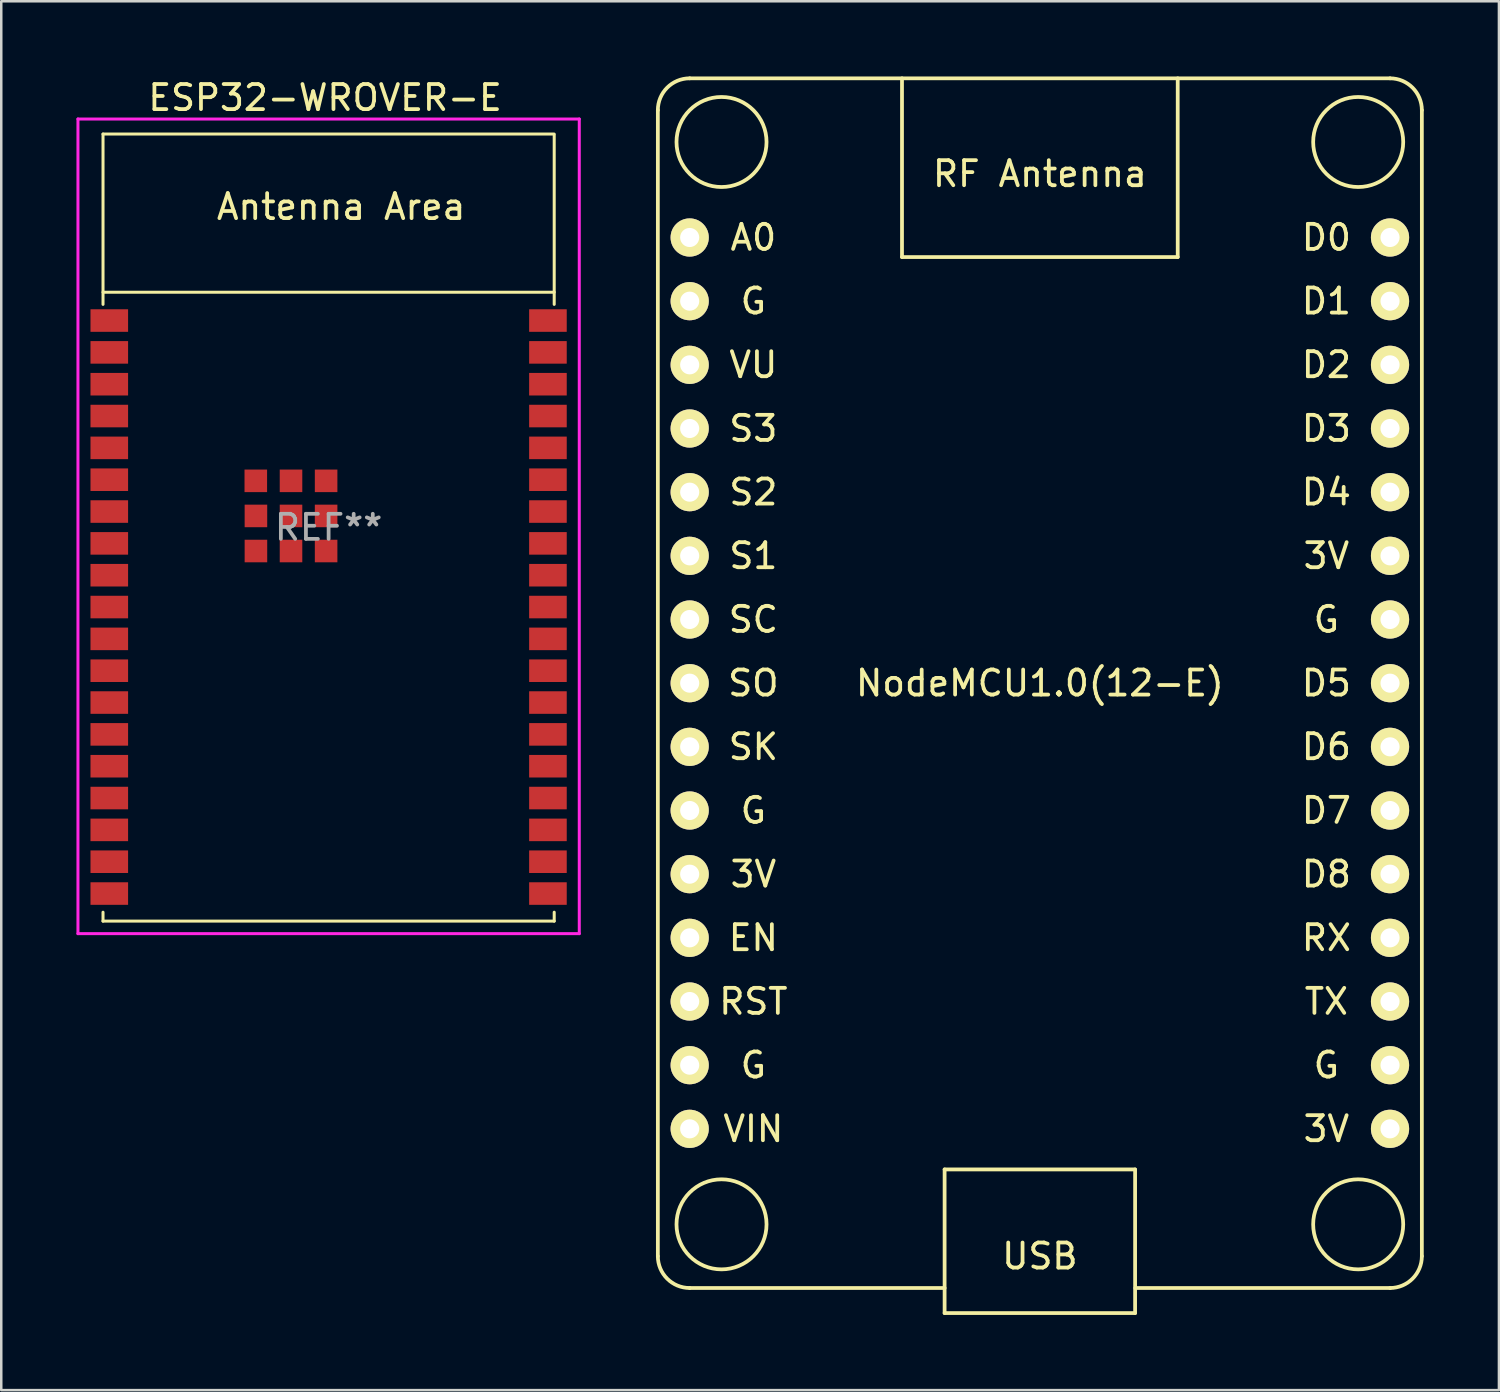
<source format=kicad_pcb>
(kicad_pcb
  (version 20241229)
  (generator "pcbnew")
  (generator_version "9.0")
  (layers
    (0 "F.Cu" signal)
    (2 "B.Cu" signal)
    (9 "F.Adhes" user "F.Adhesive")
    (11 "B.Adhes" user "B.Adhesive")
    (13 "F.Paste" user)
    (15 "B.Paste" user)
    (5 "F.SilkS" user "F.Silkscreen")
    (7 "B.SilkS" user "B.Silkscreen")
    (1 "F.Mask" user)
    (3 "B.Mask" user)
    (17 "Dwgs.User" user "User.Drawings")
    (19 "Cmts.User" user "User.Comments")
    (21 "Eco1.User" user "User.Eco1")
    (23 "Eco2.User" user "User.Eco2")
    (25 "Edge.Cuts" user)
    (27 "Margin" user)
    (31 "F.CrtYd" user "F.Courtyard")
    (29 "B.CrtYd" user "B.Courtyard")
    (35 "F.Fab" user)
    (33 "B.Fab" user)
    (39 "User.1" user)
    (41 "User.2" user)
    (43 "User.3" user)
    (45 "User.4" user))
  (footprint "NodeMCU1.0(12-E)"
    (layer "F.Cu")
    (at 24.465 6.425)
    (property "Reference" "NodeMCU1.0(12-E)" (at 13.97 17.78 0) (layer "F.SilkS") (effects (font (size 1 1) (thickness 0.15))))
    (attr through_hole)
    (fp_line (start -1.27 -5.08) (end -1.27 40.64) (stroke (width 0.15) (type solid)) (layer "F.SilkS"))
    (fp_line (start 8.47 0.78) (end 8.47 -6.35) (stroke (width 0.15) (type solid)) (layer "F.SilkS"))
    (fp_line (start 10.17 37.18) (end 17.77 37.18) (stroke (width 0.15) (type solid)) (layer "F.SilkS"))
    (fp_line (start 10.17 41.91) (end 0 41.91) (stroke (width 0.15) (type solid)) (layer "F.SilkS"))
    (fp_line (start 10.17 42.91) (end 10.17 37.18) (stroke (width 0.15) (type solid)) (layer "F.SilkS"))
    (fp_line (start 17.77 37.18) (end 17.77 42.91) (stroke (width 0.15) (type solid)) (layer "F.SilkS"))
    (fp_line (start 17.77 42.91) (end 10.17 42.91) (stroke (width 0.15) (type solid)) (layer "F.SilkS"))
    (fp_line (start 19.47 -6.35) (end 19.47 0.78) (stroke (width 0.15) (type solid)) (layer "F.SilkS"))
    (fp_line (start 19.47 0.78) (end 8.47 0.78) (stroke (width 0.15) (type solid)) (layer "F.SilkS"))
    (fp_line (start 27.94 -6.35) (end 0 -6.35) (stroke (width 0.15) (type solid)) (layer "F.SilkS"))
    (fp_line (start 27.95 41.91) (end 17.78 41.91) (stroke (width 0.15) (type solid)) (layer "F.SilkS"))
    (fp_line (start 29.21 -5.08) (end 29.21 40.64) (stroke (width 0.15) (type solid)) (layer "F.SilkS"))
    (fp_arc (start -1.27 -5.08) (mid -0.898026 -5.978026) (end 0 -6.35) (stroke (width 0.15) (type solid)) (layer "F.SilkS"))
    (fp_arc (start 0 41.91) (mid -0.898026 41.538026) (end -1.27 40.64) (stroke (width 0.15) (type solid)) (layer "F.SilkS"))
    (fp_arc (start 27.94 -6.35) (mid 28.838026 -5.978026) (end 29.21 -5.08) (stroke (width 0.15) (type solid)) (layer "F.SilkS"))
    (fp_arc (start 29.21 40.64) (mid 28.838026 41.538026) (end 27.94 41.91) (stroke (width 0.15) (type solid)) (layer "F.SilkS"))
    (fp_circle (center 1.27 -3.81) (end 2.54 -5.08) (stroke (width 0.15) (type solid)) (fill no) (layer "F.SilkS"))
    (fp_circle (center 1.27 39.37) (end 2.54 38.1) (stroke (width 0.15) (type solid)) (fill no) (layer "F.SilkS"))
    (fp_circle (center 26.67 -3.81) (end 27.94 -5.08) (stroke (width 0.15) (type solid)) (fill no) (layer "F.SilkS"))
    (fp_circle (center 26.67 39.37) (end 27.94 38.1) (stroke (width 0.15) (type solid)) (fill no) (layer "F.SilkS"))
    (fp_text user "G" (at 2.54 33.02 0) (layer "F.SilkS") (effects (font (size 1 1) (thickness 0.15))))
    (fp_text user "RF Antenna" (at 13.97 -2.54 0) (layer "F.SilkS") (effects (font (size 1 1) (thickness 0.15))))
    (fp_text user "G" (at 25.4 15.24 0) (layer "F.SilkS") (effects (font (size 1 1) (thickness 0.15))))
    (fp_text user "USB" (at 13.97 40.64 0) (layer "F.SilkS") (effects (font (size 1 1) (thickness 0.15))))
    (fp_text user "3V" (at 25.4 12.7 0) (layer "F.SilkS") (effects (font (size 1 1) (thickness 0.15))))
    (fp_text user "G" (at 25.4 33.02 0) (layer "F.SilkS") (effects (font (size 1 1) (thickness 0.15))))
    (fp_text user "3V" (at 25.4 35.56 0) (layer "F.SilkS") (effects (font (size 1 1) (thickness 0.15))))
    (fp_text user "D0" (at 25.4 0 0) (layer "F.SilkS") (effects (font (size 1 1) (thickness 0.15))))
    (fp_text user "S2" (at 2.54 10.16 0) (layer "F.SilkS") (effects (font (size 1 1) (thickness 0.15))))
    (fp_text user "D7" (at 25.4 22.86 0) (layer "F.SilkS") (effects (font (size 1 1) (thickness 0.15))))
    (fp_text user "TX" (at 25.4 30.48 0) (layer "F.SilkS") (effects (font (size 1 1) (thickness 0.15))))
    (fp_text user "G" (at 2.54 22.86 0) (layer "F.SilkS") (effects (font (size 1 1) (thickness 0.15))))
    (fp_text user "RX" (at 25.4 27.94 0) (layer "F.SilkS") (effects (font (size 1 1) (thickness 0.15))))
    (fp_text user "SO" (at 2.54 17.78 0) (layer "F.SilkS") (effects (font (size 1 1) (thickness 0.15))))
    (fp_text user "S3" (at 2.54 7.62 0) (layer "F.SilkS") (effects (font (size 1 1) (thickness 0.15))))
    (fp_text user "S1" (at 2.54 12.7 0) (layer "F.SilkS") (effects (font (size 1 1) (thickness 0.15))))
    (fp_text user "G" (at 2.54 2.54 0) (layer "F.SilkS") (effects (font (size 1 1) (thickness 0.15))))
    (fp_text user "VIN" (at 2.54 35.56 0) (layer "F.SilkS") (effects (font (size 1 1) (thickness 0.15))))
    (fp_text user "D3" (at 25.4 7.62 0) (layer "F.SilkS") (effects (font (size 1 1) (thickness 0.15))))
    (fp_text user "3V" (at 2.54 25.4 0) (layer "F.SilkS") (effects (font (size 1 1) (thickness 0.15))))
    (fp_text user "A0" (at 2.54 0 0) (layer "F.SilkS") (effects (font (size 1 1) (thickness 0.15))))
    (fp_text user "D4" (at 25.4 10.16 0) (layer "F.SilkS") (effects (font (size 1 1) (thickness 0.15))))
    (fp_text user "D5" (at 25.4 17.78 0) (layer "F.SilkS") (effects (font (size 1 1) (thickness 0.15))))
    (fp_text user "D8" (at 25.4 25.4 0) (layer "F.SilkS") (effects (font (size 1 1) (thickness 0.15))))
    (fp_text user "D6" (at 25.4 20.32 0) (layer "F.SilkS") (effects (font (size 1 1) (thickness 0.15))))
    (fp_text user "SC" (at 2.54 15.24 0) (layer "F.SilkS") (effects (font (size 1 1) (thickness 0.15))))
    (fp_text user "RST" (at 2.54 30.48 0) (layer "F.SilkS") (effects (font (size 1 1) (thickness 0.15))))
    (fp_text user "SK" (at 2.54 20.32 0) (layer "F.SilkS") (effects (font (size 1 1) (thickness 0.15))))
    (fp_text user "VU" (at 2.54 5.08 0) (layer "F.SilkS") (effects (font (size 1 1) (thickness 0.15))))
    (fp_text user "D2" (at 25.4 5.08 0) (layer "F.SilkS") (effects (font (size 1 1) (thickness 0.15))))
    (fp_text user "D1" (at 25.4 2.54 0) (layer "F.SilkS") (effects (font (size 1 1) (thickness 0.15))))
    (fp_text user "EN" (at 2.54 27.94 0) (layer "F.SilkS") (effects (font (size 1 1) (thickness 0.15))))
    (pad "1" thru_hole circle (at 0 0) (size 1.524 1.524) (drill 0.762) (layers "*.Cu" "*.Mask" "F.SilkS"))
    (pad "2" thru_hole circle (at 0 2.54) (size 1.524 1.524) (drill 0.762) (layers "*.Cu" "*.Mask" "F.SilkS"))
    (pad "3" thru_hole circle (at 0 5.08) (size 1.524 1.524) (drill 0.762) (layers "*.Cu" "*.Mask" "F.SilkS"))
    (pad "4" thru_hole circle (at 0 7.62) (size 1.524 1.524) (drill 0.762) (layers "*.Cu" "*.Mask" "F.SilkS"))
    (pad "5" thru_hole circle (at 0 10.16) (size 1.524 1.524) (drill 0.762) (layers "*.Cu" "*.Mask" "F.SilkS"))
    (pad "6" thru_hole circle (at 0 12.7) (size 1.524 1.524) (drill 0.762) (layers "*.Cu" "*.Mask" "F.SilkS"))
    (pad "7" thru_hole circle (at 0 15.24) (size 1.524 1.524) (drill 0.762) (layers "*.Cu" "*.Mask" "F.SilkS"))
    (pad "8" thru_hole circle (at 0 17.78) (size 1.524 1.524) (drill 0.762) (layers "*.Cu" "*.Mask" "F.SilkS"))
    (pad "9" thru_hole circle (at 0 20.32) (size 1.524 1.524) (drill 0.762) (layers "*.Cu" "*.Mask" "F.SilkS"))
    (pad "10" thru_hole circle (at 0 22.86) (size 1.524 1.524) (drill 0.762) (layers "*.Cu" "*.Mask" "F.SilkS"))
    (pad "11" thru_hole circle (at 0 25.4) (size 1.524 1.524) (drill 0.762) (layers "*.Cu" "*.Mask" "F.SilkS"))
    (pad "12" thru_hole circle (at 0 27.94) (size 1.524 1.524) (drill 0.762) (layers "*.Cu" "*.Mask" "F.SilkS"))
    (pad "13" thru_hole circle (at 0 30.48) (size 1.524 1.524) (drill 0.762) (layers "*.Cu" "*.Mask" "F.SilkS"))
    (pad "14" thru_hole circle (at 0 33.02) (size 1.524 1.524) (drill 0.762) (layers "*.Cu" "*.Mask" "F.SilkS"))
    (pad "15" thru_hole circle (at 0 35.56) (size 1.524 1.524) (drill 0.762) (layers "*.Cu" "*.Mask" "F.SilkS"))
    (pad "16" thru_hole circle (at 27.94 35.56) (size 1.524 1.524) (drill 0.762) (layers "*.Cu" "*.Mask" "F.SilkS"))
    (pad "17" thru_hole circle (at 27.94 33.02) (size 1.524 1.524) (drill 0.762) (layers "*.Cu" "*.Mask" "F.SilkS"))
    (pad "18" thru_hole circle (at 27.94 30.48) (size 1.524 1.524) (drill 0.762) (layers "*.Cu" "*.Mask" "F.SilkS"))
    (pad "19" thru_hole circle (at 27.94 27.94) (size 1.524 1.524) (drill 0.762) (layers "*.Cu" "*.Mask" "F.SilkS"))
    (pad "20" thru_hole circle (at 27.94 25.4) (size 1.524 1.524) (drill 0.762) (layers "*.Cu" "*.Mask" "F.SilkS"))
    (pad "21" thru_hole circle (at 27.94 22.86) (size 1.524 1.524) (drill 0.762) (layers "*.Cu" "*.Mask" "F.SilkS"))
    (pad "22" thru_hole circle (at 27.94 20.32) (size 1.524 1.524) (drill 0.762) (layers "*.Cu" "*.Mask" "F.SilkS"))
    (pad "23" thru_hole circle (at 27.94 17.78) (size 1.524 1.524) (drill 0.762) (layers "*.Cu" "*.Mask" "F.SilkS"))
    (pad "24" thru_hole circle (at 27.94 15.24) (size 1.524 1.524) (drill 0.762) (layers "*.Cu" "*.Mask" "F.SilkS"))
    (pad "25" thru_hole circle (at 27.94 12.7) (size 1.524 1.524) (drill 0.762) (layers "*.Cu" "*.Mask" "F.SilkS"))
    (pad "26" thru_hole circle (at 27.94 10.16) (size 1.524 1.524) (drill 0.762) (layers "*.Cu" "*.Mask" "F.SilkS"))
    (pad "27" thru_hole circle (at 27.94 7.62) (size 1.524 1.524) (drill 0.762) (layers "*.Cu" "*.Mask" "F.SilkS"))
    (pad "28" thru_hole circle (at 27.94 5.08) (size 1.524 1.524) (drill 0.762) (layers "*.Cu" "*.Mask" "F.SilkS"))
    (pad "29" thru_hole circle (at 27.94 2.54) (size 1.524 1.524) (drill 0.762) (layers "*.Cu" "*.Mask" "F.SilkS"))
    (pad "30" thru_hole circle (at 27.94 0) (size 1.524 1.524) (drill 0.762) (layers "*.Cu" "*.Mask" "F.SilkS")))
  (footprint "ESP32-WROVER-E"
    (layer "F.Cu")
    (at 10.06 17.993)
    (property "Reference" "ESP32-WROVER-E" (at -0.14 -17.145 0) (layer "F.SilkS") (effects (font (size 1 1) (thickness 0.15))))
    (attr smd)
    (fp_line (start -9 -15.695) (end -9 -8.9) (stroke (width 0.12) (type solid)) (layer "F.SilkS"))
    (fp_line (start -9 -9.385) (end 9 -9.385) (stroke (width 0.12) (type solid)) (layer "F.SilkS"))
    (fp_line (start -9 15.705) (end -9 15.35) (stroke (width 0.12) (type solid)) (layer "F.SilkS"))
    (fp_line (start -9 15.705) (end 9 15.705) (stroke (width 0.12) (type solid)) (layer "F.SilkS"))
    (fp_line (start 9 -15.695) (end -9 -15.695) (stroke (width 0.12) (type solid)) (layer "F.SilkS"))
    (fp_line (start 9 -15.65) (end 9 -8.9) (stroke (width 0.12) (type solid)) (layer "F.SilkS"))
    (fp_line (start 9 15.705) (end 9 15.35) (stroke (width 0.12) (type solid)) (layer "F.SilkS"))
    (fp_line (start -9 -15.695) (end -9 15.705) (stroke (width 0.12) (type solid)) (layer "Eco2.User"))
    (fp_line (start -9 -9.385) (end 9 -9.385) (stroke (width 0.12) (type solid)) (layer "Eco2.User"))
    (fp_line (start -9 15.705) (end 9 15.705) (stroke (width 0.12) (type solid)) (layer "Eco2.User"))
    (fp_line (start 9 -15.695) (end -9 -15.695) (stroke (width 0.12) (type solid)) (layer "Eco2.User"))
    (fp_line (start 9 15.705) (end 9 -15.695) (stroke (width 0.12) (type solid)) (layer "Eco2.User"))
    (fp_line (start -10 -16.295) (end 10 -16.295) (stroke (width 0.12) (type solid)) (layer "F.CrtYd"))
    (fp_line (start -10 16.205) (end -10 -16.295) (stroke (width 0.12) (type solid)) (layer "F.CrtYd"))
    (fp_line (start 10 -16.295) (end 10 16.205) (stroke (width 0.12) (type solid)) (layer "F.CrtYd"))
    (fp_line (start 10 16.205) (end -10 16.205) (stroke (width 0.12) (type solid)) (layer "F.CrtYd"))
    (fp_text user "Antenna Area" (at 0.5 -12.795 0) (unlocked yes) (layer "F.SilkS") (effects (font (size 1 1) (thickness 0.15))))
    (fp_text user "REF**" (at 0 0 0) (layer "F.Fab") (effects (font (size 1 1) (thickness 0.15))))
    (pad "1" smd rect (at -8.75 -8.255) (size 1.5 0.9) (layers "F.Cu" "F.Mask" "F.Paste"))
    (pad "2" smd rect (at -8.75 -6.985) (size 1.5 0.9) (layers "F.Cu" "F.Mask" "F.Paste"))
    (pad "3" smd rect (at -8.75 -5.715) (size 1.5 0.9) (layers "F.Cu" "F.Mask" "F.Paste"))
    (pad "4" smd rect (at -8.75 -4.445) (size 1.5 0.9) (layers "F.Cu" "F.Mask" "F.Paste"))
    (pad "5" smd rect (at -8.75 -3.175) (size 1.5 0.9) (layers "F.Cu" "F.Mask" "F.Paste"))
    (pad "6" smd rect (at -8.75 -1.905) (size 1.5 0.9) (layers "F.Cu" "F.Mask" "F.Paste"))
    (pad "7" smd rect (at -8.75 -0.635) (size 1.5 0.9) (layers "F.Cu" "F.Mask" "F.Paste"))
    (pad "8" smd rect (at -8.75 0.635) (size 1.5 0.9) (layers "F.Cu" "F.Mask" "F.Paste"))
    (pad "9" smd rect (at -8.75 1.905) (size 1.5 0.9) (layers "F.Cu" "F.Mask" "F.Paste"))
    (pad "10" smd rect (at -8.75 3.175) (size 1.5 0.9) (layers "F.Cu" "F.Mask" "F.Paste"))
    (pad "11" smd rect (at -8.75 4.445) (size 1.5 0.9) (layers "F.Cu" "F.Mask" "F.Paste"))
    (pad "12" smd rect (at -8.75 5.715) (size 1.5 0.9) (layers "F.Cu" "F.Mask" "F.Paste"))
    (pad "13" smd rect (at -8.75 6.985) (size 1.5 0.9) (layers "F.Cu" "F.Mask" "F.Paste"))
    (pad "14" smd rect (at -8.75 8.255) (size 1.5 0.9) (layers "F.Cu" "F.Mask" "F.Paste"))
    (pad "15" smd rect (at -8.75 9.525) (size 1.5 0.9) (layers "F.Cu" "F.Mask" "F.Paste"))
    (pad "16" smd rect (at -8.75 10.795) (size 1.5 0.9) (layers "F.Cu" "F.Mask" "F.Paste"))
    (pad "17" smd rect (at -8.75 12.065) (size 1.5 0.9) (layers "F.Cu" "F.Mask" "F.Paste"))
    (pad "18" smd rect (at -8.75 13.335) (size 1.5 0.9) (layers "F.Cu" "F.Mask" "F.Paste"))
    (pad "19" smd rect (at -8.75 14.605) (size 1.5 0.9) (layers "F.Cu" "F.Mask" "F.Paste"))
    (pad "20" smd rect (at 8.75 14.605) (size 1.5 0.9) (layers "F.Cu" "F.Mask" "F.Paste"))
    (pad "21" smd rect (at 8.75 13.335) (size 1.5 0.9) (layers "F.Cu" "F.Mask" "F.Paste"))
    (pad "22" smd rect (at 8.75 12.065) (size 1.5 0.9) (layers "F.Cu" "F.Mask" "F.Paste"))
    (pad "23" smd rect (at 8.75 10.795) (size 1.5 0.9) (layers "F.Cu" "F.Mask" "F.Paste"))
    (pad "24" smd rect (at 8.75 9.525) (size 1.5 0.9) (layers "F.Cu" "F.Mask" "F.Paste"))
    (pad "25" smd rect (at 8.75 8.255) (size 1.5 0.9) (layers "F.Cu" "F.Mask" "F.Paste"))
    (pad "26" smd rect (at 8.75 6.985) (size 1.5 0.9) (layers "F.Cu" "F.Mask" "F.Paste"))
    (pad "27" smd rect (at 8.75 5.715) (size 1.5 0.9) (layers "F.Cu" "F.Mask" "F.Paste"))
    (pad "28" smd rect (at 8.75 4.445) (size 1.5 0.9) (layers "F.Cu" "F.Mask" "F.Paste"))
    (pad "29" smd rect (at 8.75 3.175) (size 1.5 0.9) (layers "F.Cu" "F.Mask" "F.Paste"))
    (pad "30" smd rect (at 8.75 1.905) (size 1.5 0.9) (layers "F.Cu" "F.Mask" "F.Paste"))
    (pad "31" smd rect (at 8.75 0.635) (size 1.5 0.9) (layers "F.Cu" "F.Mask" "F.Paste"))
    (pad "32" smd rect (at 8.75 -0.635) (size 1.5 0.9) (layers "F.Cu" "F.Mask" "F.Paste"))
    (pad "33" smd rect (at 8.75 -1.905) (size 1.5 0.9) (layers "F.Cu" "F.Mask" "F.Paste"))
    (pad "34" smd rect (at 8.75 -3.175) (size 1.5 0.9) (layers "F.Cu" "F.Mask" "F.Paste"))
    (pad "35" smd rect (at 8.75 -4.445) (size 1.5 0.9) (layers "F.Cu" "F.Mask" "F.Paste"))
    (pad "36" smd rect (at 8.75 -5.715) (size 1.5 0.9) (layers "F.Cu" "F.Mask" "F.Paste"))
    (pad "37" smd rect (at 8.75 -6.985) (size 1.5 0.9) (layers "F.Cu" "F.Mask" "F.Paste"))
    (pad "38" smd rect (at 8.75 -8.255) (size 1.5 0.9) (layers "F.Cu" "F.Mask" "F.Paste"))
    (pad "39" smd rect (at -2.905 -1.86) (size 0.9 0.9) (layers "F.Cu" "F.Mask" "F.Paste"))
    (pad "39" smd rect (at -2.9 -0.46) (size 0.9 0.9) (layers "F.Cu" "F.Mask" "F.Paste"))
    (pad "39" smd rect (at -2.9 0.94) (size 0.9 0.9) (layers "F.Cu" "F.Mask" "F.Paste"))
    (pad "39" smd rect (at -1.5 -1.86) (size 0.9 0.9) (layers "F.Cu" "F.Mask" "F.Paste"))
    (pad "39" smd rect (at -1.5 -0.46) (size 0.9 0.9) (layers "F.Cu" "F.Mask" "F.Paste"))
    (pad "39" smd rect (at -1.5 0.94) (size 0.9 0.9) (layers "F.Cu" "F.Mask" "F.Paste"))
    (pad "39" smd rect (at -0.1 -1.86) (size 0.9 0.9) (layers "F.Cu" "F.Mask" "F.Paste"))
    (pad "39" smd rect (at -0.1 -0.46) (size 0.9 0.9) (layers "F.Cu" "F.Mask" "F.Paste"))
    (pad "39" smd rect (at -0.1 0.94) (size 0.9 0.9) (layers "F.Cu" "F.Mask" "F.Paste")))
  (gr_rect
    (start -3 -3)
    (end 56.75 52.41)
    (stroke (width 0.1) (type default))
    (fill no)
    (layer "Edge.Cuts")))
</source>
